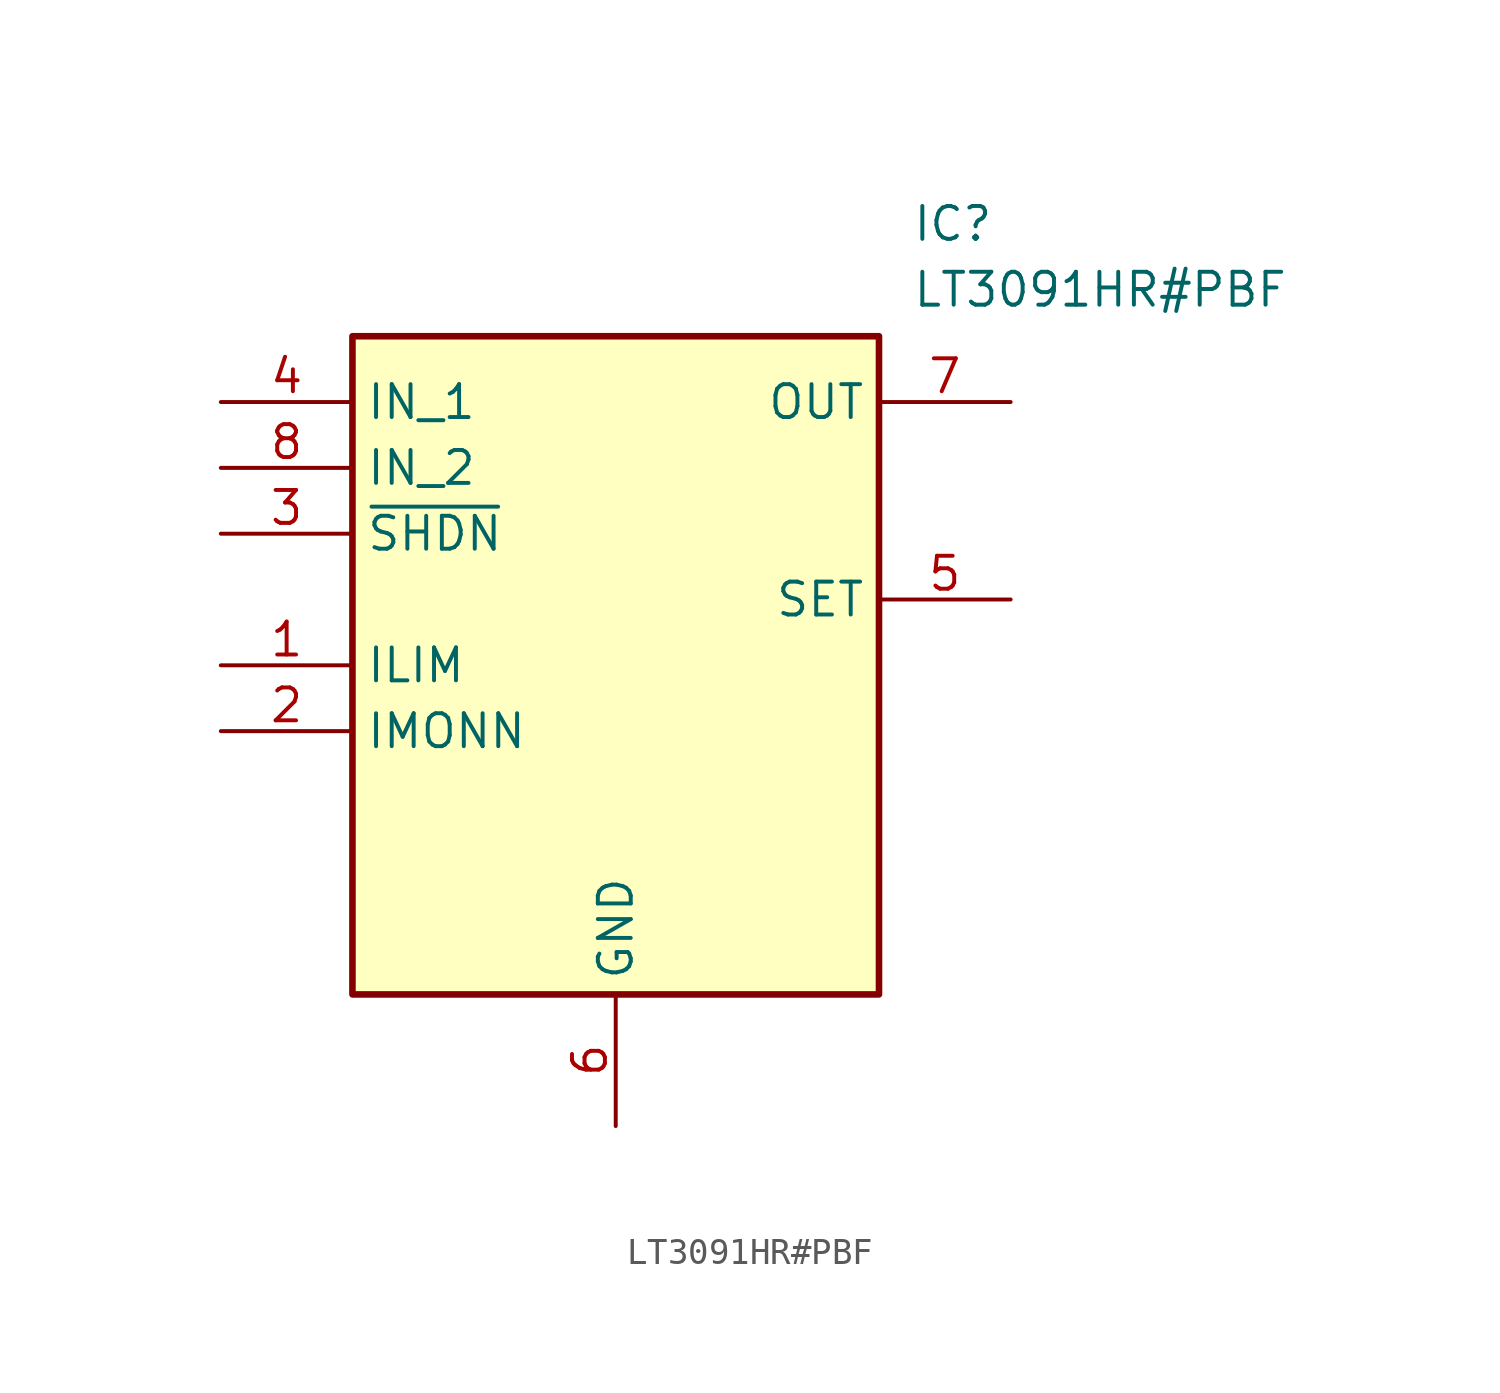
<source format=kicad_sym>
(kicad_symbol_lib
  (version 20211014)
  (generator SamacSys_ECAD_Model)
  (symbol "LT3091HR#PBF"
    (property "Reference" "IC"
      (at 26.67 7.62 0)
      (effects (font (size 1.27 1.27)) (justify left top)))
    (property "Value" "LT3091HR#PBF"
      (at 26.67 5.08 0)
      (effects (font (size 1.27 1.27)) (justify left top)))
    (rectangle
      (start 5.08 2.54)
      (end 25.4 -22.86)
      (stroke (width 0.254) (type default))
      (fill (type background)))
    (pin passive line
      (at 0 -10.16 0)
      (length 5.08)
      (name "ILIM" (effects (font (size 1.27 1.27))))
      (number "1" (effects (font (size 1.27 1.27)))))
    (pin passive line
      (at 0 -12.7 0)
      (length 5.08)
      (name "IMONN" (effects (font (size 1.27 1.27))))
      (number "2" (effects (font (size 1.27 1.27)))))
    (pin passive line
      (at 0 -5.08 0)
      (length 5.08)
      (name "~{SHDN}" (effects (font (size 1.27 1.27))))
      (number "3" (effects (font (size 1.27 1.27)))))
    (pin passive line
      (at 0 0 0)
      (length 5.08)
      (name "IN_1" (effects (font (size 1.27 1.27))))
      (number "4" (effects (font (size 1.27 1.27)))))
    (pin passive line
      (at 30.48 -7.62 180)
      (length 5.08)
      (name "SET" (effects (font (size 1.27 1.27))))
      (number "5" (effects (font (size 1.27 1.27)))))
    (pin passive line
      (at 15.24 -27.94 90)
      (length 5.08)
      (name "GND" (effects (font (size 1.27 1.27))))
      (number "6" (effects (font (size 1.27 1.27)))))
    (pin passive line
      (at 30.48 0 180)
      (length 5.08)
      (name "OUT" (effects (font (size 1.27 1.27))))
      (number "7" (effects (font (size 1.27 1.27)))))
    (pin passive line
      (at 0 -2.54 0)
      (length 5.08)
      (name "IN_2" (effects (font (size 1.27 1.27))))
      (number "8" (effects (font (size 1.27 1.27)))))))
</source>
